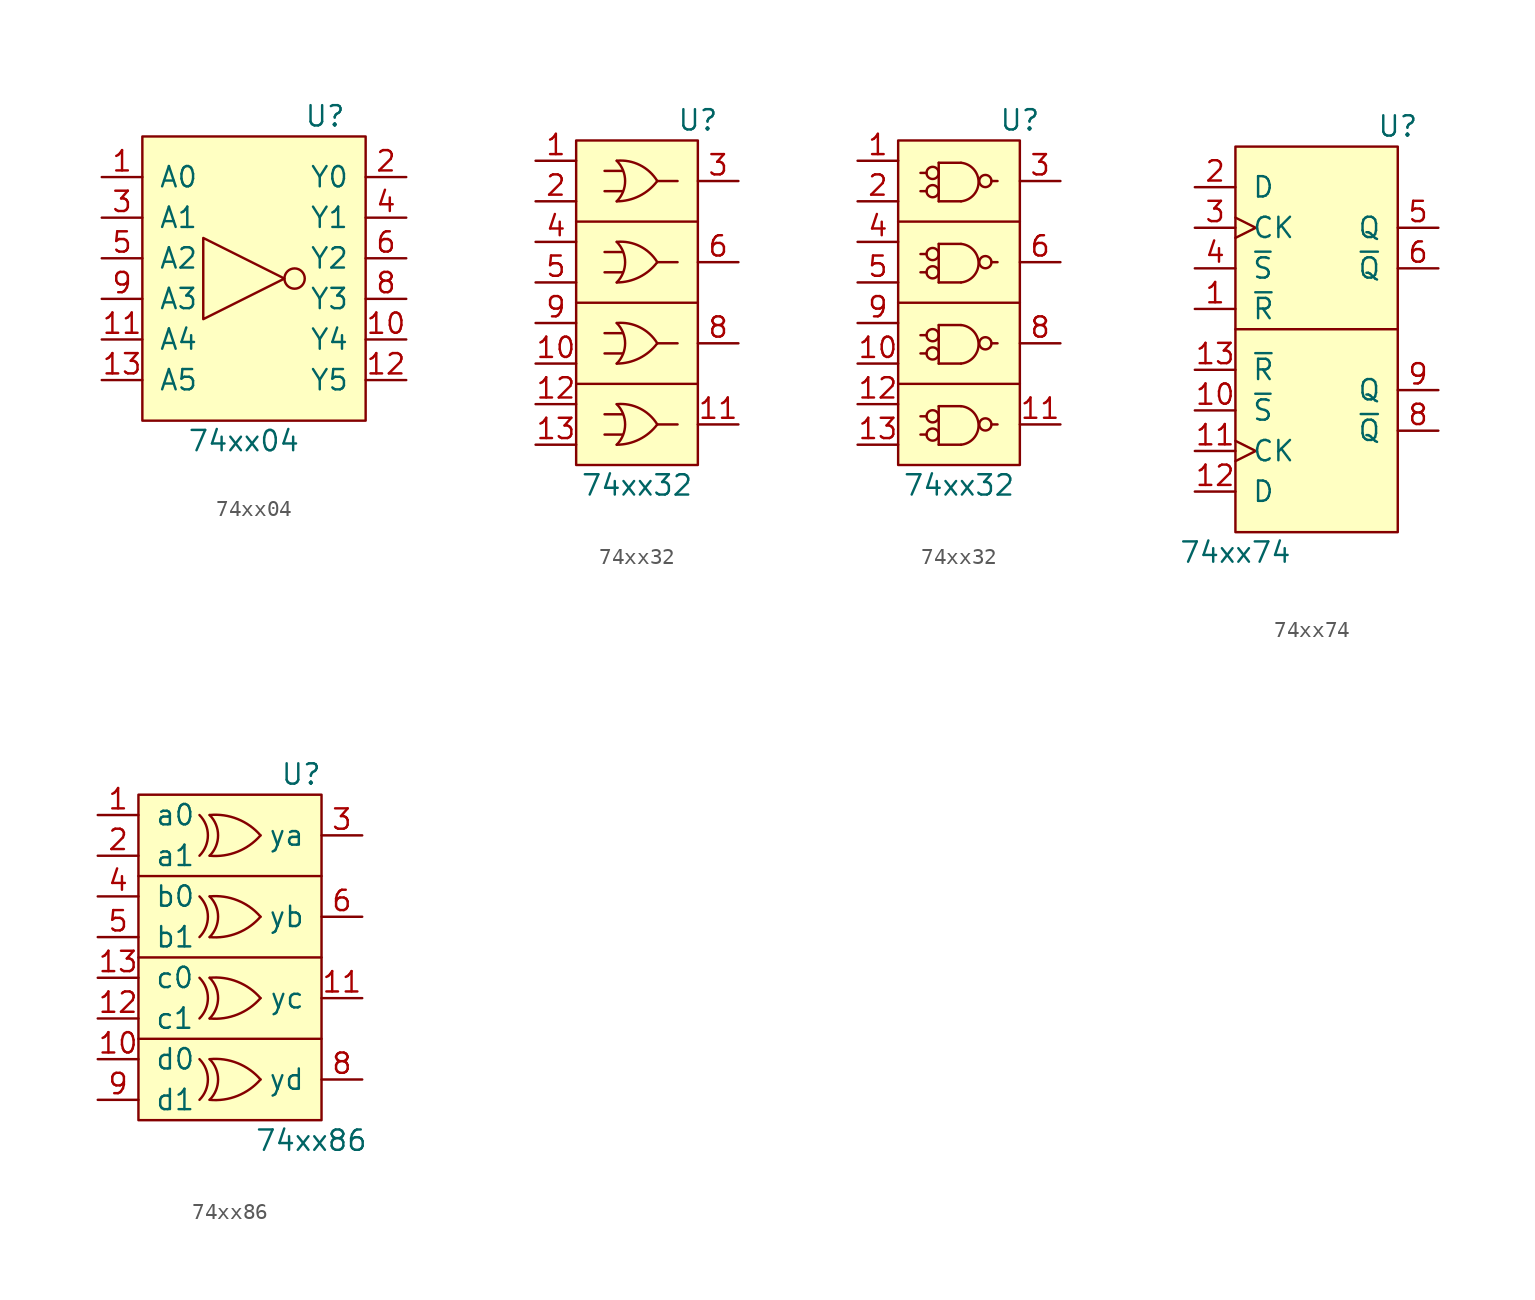
<source format=kicad_sym>
(kicad_symbol_lib
  (version 20211014)
  (generator kicad_symbol_editor)
  (symbol "74xx04"
    (pin_names
      (offset 1.016))
    (property "Reference" "U"
      (at 5.08 11.43 0)
      (effects (font (size 1.27 1.27))))
    (property "Value" "74xx04"
      (at 0 -8.89 0)
      (effects (font (size 1.27 1.27))))
    (symbol "74xx04_0_1"
      (rectangle (start -6.35 10.16) (end 7.62 -7.62) (stroke (width 0) (type default) (color 0 0 0 0)) (fill (type background)))
      (polyline (pts (xy -2.54 3.81) (xy -2.54 -1.27) (xy 2.54 1.27) (xy -2.54 3.81)) (stroke (width 0) (type default) (color 0 0 0 0)) (fill (type none)))
      (circle (center 3.175 1.27) (radius 0.635) (stroke (width 0) (type default) (color 0 0 0 0)) (fill (type none))))
    (symbol "74xx04_1_1"
      (pin input line (at -8.89 7.62 0) (length 2.54) (name "A0" (effects (font (size 1.27 1.27)))) (number "1" (effects (font (size 1.27 1.27)))))
      (pin output line (at 10.16 -2.54 180) (length 2.54) (name "Y4" (effects (font (size 1.27 1.27)))) (number "10" (effects (font (size 1.27 1.27)))))
      (pin input line (at -8.89 -2.54 0) (length 2.54) (name "A4" (effects (font (size 1.27 1.27)))) (number "11" (effects (font (size 1.27 1.27)))))
      (pin output line (at 10.16 -5.08 180) (length 2.54) (name "Y5" (effects (font (size 1.27 1.27)))) (number "12" (effects (font (size 1.27 1.27)))))
      (pin input line (at -8.89 -5.08 0) (length 2.54) (name "A5" (effects (font (size 1.27 1.27)))) (number "13" (effects (font (size 1.27 1.27)))))
      (pin power_in line (at 0 10.16 270) (length 2.54) hide (name "VCC" (effects (font (size 1.27 1.27)))) (number "14" (effects (font (size 1.27 1.27)))))
      (pin output line (at 10.16 7.62 180) (length 2.54) (name "Y0" (effects (font (size 1.27 1.27)))) (number "2" (effects (font (size 1.27 1.27)))))
      (pin input line (at -8.89 5.08 0) (length 2.54) (name "A1" (effects (font (size 1.27 1.27)))) (number "3" (effects (font (size 1.27 1.27)))))
      (pin output line (at 10.16 5.08 180) (length 2.54) (name "Y1" (effects (font (size 1.27 1.27)))) (number "4" (effects (font (size 1.27 1.27)))))
      (pin input line (at -8.89 2.54 0) (length 2.54) (name "A2" (effects (font (size 1.27 1.27)))) (number "5" (effects (font (size 1.27 1.27)))))
      (pin output line (at 10.16 2.54 180) (length 2.54) (name "Y2" (effects (font (size 1.27 1.27)))) (number "6" (effects (font (size 1.27 1.27)))))
      (pin power_in line (at 0 -7.62 90) (length 2.54) hide (name "GND" (effects (font (size 1.27 1.27)))) (number "7" (effects (font (size 1.27 1.27)))))
      (pin output line (at 10.16 0 180) (length 2.54) (name "Y3" (effects (font (size 1.27 1.27)))) (number "8" (effects (font (size 1.27 1.27)))))
      (pin input line (at -8.89 0 0) (length 2.54) (name "A3" (effects (font (size 1.27 1.27)))) (number "9" (effects (font (size 1.27 1.27)))))))
  (symbol "74xx32"
    (pin_names
      (offset 1.016))
    (property "Reference" "U"
      (at 3.81 11.43 0)
      (effects (font (size 1.27 1.27))))
    (property "Value" "74xx32"
      (at 0 -11.43 0)
      (effects (font (size 1.27 1.27))))
    (symbol "74xx32_0_1"
      (rectangle (start -3.81 10.16) (end 3.81 -10.16) (stroke (width 0) (type default) (color 0 0 0 0)) (fill (type background)))
      (arc (start -1.27 6.35) (mid -0.7439 7.62) (end -1.27 8.89) (stroke (width 0) (type default) (color 0 0 0 0)) (fill (type none)))
      (arc (start -1.27 6.35) (mid 0.1499 6.6852) (end 1.27 7.62) (stroke (width 0) (type default) (color 0 0 0 0)) (fill (type none)))
      (polyline (pts (xy -3.81 -5.08) (xy 3.81 -5.08)) (stroke (width 0) (type default) (color 0 0 0 0)) (fill (type none)))
      (polyline (pts (xy -3.81 0) (xy 3.81 0)) (stroke (width 0) (type default) (color 0 0 0 0)) (fill (type none)))
      (polyline (pts (xy -3.81 5.08) (xy 3.81 5.08)) (stroke (width 0) (type default) (color 0 0 0 0)) (fill (type none)))
      (polyline (pts (xy -0.889 6.985) (xy -2.032 6.985)) (stroke (width 0) (type default) (color 0 0 0 0)) (fill (type none)))
      (polyline (pts (xy -0.889 8.255) (xy -2.032 8.255)) (stroke (width 0) (type default) (color 0 0 0 0)) (fill (type none)))
      (polyline (pts (xy 1.27 7.62) (xy 2.54 7.62)) (stroke (width 0) (type default) (color 0 0 0 0)) (fill (type none)))
      (arc (start 1.27 7.62) (mid 0.1821 8.6192) (end -1.27 8.89) (stroke (width 0) (type default) (color 0 0 0 0)) (fill (type none))))
    (symbol "74xx32_0_2"
      (rectangle (start -3.81 10.16) (end 3.81 -10.16) (stroke (width 0) (type default) (color 0 0 0 0)) (fill (type background)))
      (circle (center -1.651 6.985) (radius 0.381) (stroke (width 0) (type default) (color 0 0 0 0)) (fill (type none)))
      (circle (center -1.651 8.128) (radius 0.381) (stroke (width 0) (type default) (color 0 0 0 0)) (fill (type none)))
      (polyline (pts (xy -3.81 -5.08) (xy 3.81 -5.08)) (stroke (width 0) (type default) (color 0 0 0 0)) (fill (type none)))
      (polyline (pts (xy -3.81 0) (xy 3.81 0)) (stroke (width 0) (type default) (color 0 0 0 0)) (fill (type none)))
      (polyline (pts (xy -3.81 5.08) (xy 3.81 5.08)) (stroke (width 0) (type default) (color 0 0 0 0)) (fill (type none)))
      (polyline (pts (xy -2.032 6.985) (xy -2.413 6.985)) (stroke (width 0) (type default) (color 0 0 0 0)) (fill (type none)))
      (polyline (pts (xy -2.032 8.128) (xy -2.413 8.128)) (stroke (width 0) (type default) (color 0 0 0 0)) (fill (type none)))
      (polyline (pts (xy -1.27 6.35) (xy 0.127 6.35)) (stroke (width 0) (type default) (color 0 0 0 0)) (fill (type none)))
      (polyline (pts (xy -1.27 8.763) (xy -1.27 6.35)) (stroke (width 0) (type default) (color 0 0 0 0)) (fill (type none)))
      (polyline (pts (xy -1.27 8.763) (xy 0.127 8.763)) (stroke (width 0) (type default) (color 0 0 0 0)) (fill (type none)))
      (polyline (pts (xy 2.032 7.62) (xy 2.413 7.62)) (stroke (width 0) (type default) (color 0 0 0 0)) (fill (type none)))
      (arc (start 0.127 6.35) (mid 1.2258 7.5679) (end 0.127 8.763) (stroke (width 0) (type default) (color 0 0 0 0)) (fill (type none)))
      (circle (center 1.651 7.62) (radius 0.381) (stroke (width 0) (type default) (color 0 0 0 0)) (fill (type none))))
    (symbol "74xx32_1_1"
      (arc (start -1.27 -8.89) (mid -0.7439 -7.62) (end -1.27 -6.35) (stroke (width 0) (type default) (color 0 0 0 0)) (fill (type none)))
      (arc (start -1.27 -8.89) (mid 0.1499 -8.5548) (end 1.27 -7.62) (stroke (width 0) (type default) (color 0 0 0 0)) (fill (type none)))
      (arc (start -1.27 -3.81) (mid -0.7439 -2.54) (end -1.27 -1.27) (stroke (width 0) (type default) (color 0 0 0 0)) (fill (type none)))
      (arc (start -1.27 -3.81) (mid 0.1499 -3.4748) (end 1.27 -2.54) (stroke (width 0) (type default) (color 0 0 0 0)) (fill (type none)))
      (arc (start -1.27 1.27) (mid -0.7439 2.54) (end -1.27 3.81) (stroke (width 0) (type default) (color 0 0 0 0)) (fill (type none)))
      (arc (start -1.27 1.27) (mid 0.1499 1.6052) (end 1.27 2.54) (stroke (width 0) (type default) (color 0 0 0 0)) (fill (type none)))
      (polyline (pts (xy -0.889 -8.255) (xy -2.032 -8.255)) (stroke (width 0) (type default) (color 0 0 0 0)) (fill (type none)))
      (polyline (pts (xy -0.889 -6.985) (xy -2.032 -6.985)) (stroke (width 0) (type default) (color 0 0 0 0)) (fill (type none)))
      (polyline (pts (xy -0.889 -3.175) (xy -2.032 -3.175)) (stroke (width 0) (type default) (color 0 0 0 0)) (fill (type none)))
      (polyline (pts (xy -0.889 -1.905) (xy -2.032 -1.905)) (stroke (width 0) (type default) (color 0 0 0 0)) (fill (type none)))
      (polyline (pts (xy -0.889 1.905) (xy -2.032 1.905)) (stroke (width 0) (type default) (color 0 0 0 0)) (fill (type none)))
      (polyline (pts (xy -0.889 3.175) (xy -2.032 3.175)) (stroke (width 0) (type default) (color 0 0 0 0)) (fill (type none)))
      (polyline (pts (xy 1.27 -7.62) (xy 2.54 -7.62)) (stroke (width 0) (type default) (color 0 0 0 0)) (fill (type none)))
      (polyline (pts (xy 1.27 -2.54) (xy 2.54 -2.54)) (stroke (width 0) (type default) (color 0 0 0 0)) (fill (type none)))
      (polyline (pts (xy 1.27 2.54) (xy 2.54 2.54)) (stroke (width 0) (type default) (color 0 0 0 0)) (fill (type none)))
      (arc (start 1.27 -7.62) (mid 0.1821 -6.6208) (end -1.27 -6.35) (stroke (width 0) (type default) (color 0 0 0 0)) (fill (type none)))
      (arc (start 1.27 -2.54) (mid 0.1821 -1.5408) (end -1.27 -1.27) (stroke (width 0) (type default) (color 0 0 0 0)) (fill (type none)))
      (arc (start 1.27 2.54) (mid 0.1821 3.5392) (end -1.27 3.81) (stroke (width 0) (type default) (color 0 0 0 0)) (fill (type none)))
      (pin input line (at -6.35 8.89 0) (length 2.54) (name "A0" (effects (font (size 0 0)))) (number "1" (effects (font (size 1.27 1.27)))))
      (pin input line (at -6.35 -3.81 0) (length 2.54) (name "C1" (effects (font (size 0 0)))) (number "10" (effects (font (size 1.27 1.27)))))
      (pin output line (at 6.35 -7.62 180) (length 2.54) (name "YD" (effects (font (size 0 0)))) (number "11" (effects (font (size 1.27 1.27)))))
      (pin input line (at -6.35 -6.35 0) (length 2.54) (name "D0" (effects (font (size 0 0)))) (number "12" (effects (font (size 1.27 1.27)))))
      (pin input line (at -6.35 -8.89 0) (length 2.54) (name "D1" (effects (font (size 0 0)))) (number "13" (effects (font (size 1.27 1.27)))))
      (pin power_in line (at 0 10.16 270) (length 2.54) hide (name "VDD" (effects (font (size 0 0)))) (number "14" (effects (font (size 1.27 1.27)))))
      (pin input line (at -6.35 6.35 0) (length 2.54) (name "A1" (effects (font (size 0 0)))) (number "2" (effects (font (size 1.27 1.27)))))
      (pin output line (at 6.35 7.62 180) (length 2.54) (name "YA" (effects (font (size 0 0)))) (number "3" (effects (font (size 1.27 1.27)))))
      (pin input line (at -6.35 3.81 0) (length 2.54) (name "B0" (effects (font (size 0 0)))) (number "4" (effects (font (size 1.27 1.27)))))
      (pin input line (at -6.35 1.27 0) (length 2.54) (name "B1" (effects (font (size 0 0)))) (number "5" (effects (font (size 1.27 1.27)))))
      (pin output line (at 6.35 2.54 180) (length 2.54) (name "YB" (effects (font (size 0 0)))) (number "6" (effects (font (size 1.27 1.27)))))
      (pin power_in line (at 0 -10.16 90) (length 2.54) hide (name "VSS" (effects (font (size 0 0)))) (number "7" (effects (font (size 1.27 1.27)))))
      (pin output line (at 6.35 -2.54 180) (length 2.54) (name "YC" (effects (font (size 0 0)))) (number "8" (effects (font (size 1.27 1.27)))))
      (pin input line (at -6.35 -1.27 0) (length 2.54) (name "C0" (effects (font (size 0 0)))) (number "9" (effects (font (size 1.27 1.27))))))
    (symbol "74xx32_1_2"
      (circle (center -1.651 -8.255) (radius 0.381) (stroke (width 0) (type default) (color 0 0 0 0)) (fill (type none)))
      (circle (center -1.651 -7.112) (radius 0.381) (stroke (width 0) (type default) (color 0 0 0 0)) (fill (type none)))
      (circle (center -1.651 -3.175) (radius 0.381) (stroke (width 0) (type default) (color 0 0 0 0)) (fill (type none)))
      (circle (center -1.651 -2.032) (radius 0.381) (stroke (width 0) (type default) (color 0 0 0 0)) (fill (type none)))
      (circle (center -1.651 1.905) (radius 0.381) (stroke (width 0) (type default) (color 0 0 0 0)) (fill (type none)))
      (circle (center -1.651 3.048) (radius 0.381) (stroke (width 0) (type default) (color 0 0 0 0)) (fill (type none)))
      (polyline (pts (xy -2.032 -8.255) (xy -2.413 -8.255)) (stroke (width 0) (type default) (color 0 0 0 0)) (fill (type none)))
      (polyline (pts (xy -2.032 -7.112) (xy -2.413 -7.112)) (stroke (width 0) (type default) (color 0 0 0 0)) (fill (type none)))
      (polyline (pts (xy -2.032 -3.175) (xy -2.413 -3.175)) (stroke (width 0) (type default) (color 0 0 0 0)) (fill (type none)))
      (polyline (pts (xy -2.032 -2.032) (xy -2.413 -2.032)) (stroke (width 0) (type default) (color 0 0 0 0)) (fill (type none)))
      (polyline (pts (xy -2.032 1.905) (xy -2.413 1.905)) (stroke (width 0) (type default) (color 0 0 0 0)) (fill (type none)))
      (polyline (pts (xy -2.032 3.048) (xy -2.413 3.048)) (stroke (width 0) (type default) (color 0 0 0 0)) (fill (type none)))
      (polyline (pts (xy -1.27 -8.89) (xy 0.127 -8.89)) (stroke (width 0) (type default) (color 0 0 0 0)) (fill (type none)))
      (polyline (pts (xy -1.27 -6.477) (xy -1.27 -8.89)) (stroke (width 0) (type default) (color 0 0 0 0)) (fill (type none)))
      (polyline (pts (xy -1.27 -6.477) (xy 0.127 -6.477)) (stroke (width 0) (type default) (color 0 0 0 0)) (fill (type none)))
      (polyline (pts (xy -1.27 -3.81) (xy 0.127 -3.81)) (stroke (width 0) (type default) (color 0 0 0 0)) (fill (type none)))
      (polyline (pts (xy -1.27 -1.397) (xy -1.27 -3.81)) (stroke (width 0) (type default) (color 0 0 0 0)) (fill (type none)))
      (polyline (pts (xy -1.27 -1.397) (xy 0.127 -1.397)) (stroke (width 0) (type default) (color 0 0 0 0)) (fill (type none)))
      (polyline (pts (xy -1.27 1.27) (xy 0.127 1.27)) (stroke (width 0) (type default) (color 0 0 0 0)) (fill (type none)))
      (polyline (pts (xy -1.27 3.683) (xy -1.27 1.27)) (stroke (width 0) (type default) (color 0 0 0 0)) (fill (type none)))
      (polyline (pts (xy -1.27 3.683) (xy 0.127 3.683)) (stroke (width 0) (type default) (color 0 0 0 0)) (fill (type none)))
      (polyline (pts (xy 2.032 -7.62) (xy 2.413 -7.62)) (stroke (width 0) (type default) (color 0 0 0 0)) (fill (type none)))
      (polyline (pts (xy 2.032 -2.54) (xy 2.413 -2.54)) (stroke (width 0) (type default) (color 0 0 0 0)) (fill (type none)))
      (polyline (pts (xy 2.032 2.54) (xy 2.413 2.54)) (stroke (width 0) (type default) (color 0 0 0 0)) (fill (type none)))
      (arc (start 0.127 -8.89) (mid 1.2258 -7.6721) (end 0.127 -6.477) (stroke (width 0) (type default) (color 0 0 0 0)) (fill (type none)))
      (arc (start 0.127 -3.81) (mid 1.2258 -2.5921) (end 0.127 -1.397) (stroke (width 0) (type default) (color 0 0 0 0)) (fill (type none)))
      (arc (start 0.127 1.27) (mid 1.2258 2.4879) (end 0.127 3.683) (stroke (width 0) (type default) (color 0 0 0 0)) (fill (type none)))
      (circle (center 1.651 -7.62) (radius 0.381) (stroke (width 0) (type default) (color 0 0 0 0)) (fill (type none)))
      (circle (center 1.651 -2.54) (radius 0.381) (stroke (width 0) (type default) (color 0 0 0 0)) (fill (type none)))
      (circle (center 1.651 2.54) (radius 0.381) (stroke (width 0) (type default) (color 0 0 0 0)) (fill (type none)))
      (pin input line (at -6.35 8.89 0) (length 2.54) (name "A0" (effects (font (size 0 0)))) (number "1" (effects (font (size 1.27 1.27)))))
      (pin input line (at -6.35 -3.81 0) (length 2.54) (name "C1" (effects (font (size 0 0)))) (number "10" (effects (font (size 1.27 1.27)))))
      (pin output line (at 6.35 -7.62 180) (length 2.54) (name "YD" (effects (font (size 0 0)))) (number "11" (effects (font (size 1.27 1.27)))))
      (pin input line (at -6.35 -6.35 0) (length 2.54) (name "D0" (effects (font (size 0 0)))) (number "12" (effects (font (size 1.27 1.27)))))
      (pin input line (at -6.35 -8.89 0) (length 2.54) (name "D1" (effects (font (size 0 0)))) (number "13" (effects (font (size 1.27 1.27)))))
      (pin power_in line (at 0 10.16 270) (length 2.54) hide (name "VDD" (effects (font (size 0 0)))) (number "14" (effects (font (size 1.27 1.27)))))
      (pin input line (at -6.35 6.35 0) (length 2.54) (name "A1" (effects (font (size 0 0)))) (number "2" (effects (font (size 1.27 1.27)))))
      (pin output line (at 6.35 7.62 180) (length 2.54) (name "YA" (effects (font (size 0 0)))) (number "3" (effects (font (size 1.27 1.27)))))
      (pin input line (at -6.35 3.81 0) (length 2.54) (name "B0" (effects (font (size 0 0)))) (number "4" (effects (font (size 1.27 1.27)))))
      (pin input line (at -6.35 1.27 0) (length 2.54) (name "B1" (effects (font (size 0 0)))) (number "5" (effects (font (size 1.27 1.27)))))
      (pin output line (at 6.35 2.54 180) (length 2.54) (name "YB" (effects (font (size 0 0)))) (number "6" (effects (font (size 1.27 1.27)))))
      (pin power_in line (at 0 -10.16 90) (length 2.54) hide (name "VSS" (effects (font (size 0 0)))) (number "7" (effects (font (size 1.27 1.27)))))
      (pin output line (at 6.35 -2.54 180) (length 2.54) (name "YC" (effects (font (size 0 0)))) (number "8" (effects (font (size 1.27 1.27)))))
      (pin input line (at -6.35 -1.27 0) (length 2.54) (name "C0" (effects (font (size 0 0)))) (number "9" (effects (font (size 1.27 1.27)))))))
  (symbol "74xx74"
    (pin_names
      (offset 1.016))
    (property "Reference" "U"
      (at 5.08 13.97 0)
      (effects (font (size 1.27 1.27))))
    (property "Value" "74xx74"
      (at -5.08 -12.7 0)
      (effects (font (size 1.27 1.27))))
    (symbol "74xx74_0_1"
      (rectangle (start -5.08 12.7) (end 5.08 -11.43) (stroke (width 0) (type default) (color 0 0 0 0)) (fill (type background)))
      (polyline (pts (xy -5.08 1.27) (xy 5.08 1.27)) (stroke (width 0) (type default) (color 0 0 0 0)) (fill (type none))))
    (symbol "74xx74_1_1"
      (pin input line (at -7.62 2.54 0) (length 2.54) (name "~{R}" (effects (font (size 1.27 1.27)))) (number "1" (effects (font (size 1.27 1.27)))))
      (pin input line (at -7.62 -3.81 0) (length 2.54) (name "~{S}" (effects (font (size 1.27 1.27)))) (number "10" (effects (font (size 1.27 1.27)))))
      (pin input clock (at -7.62 -6.35 0) (length 2.54) (name "CK" (effects (font (size 1.27 1.27)))) (number "11" (effects (font (size 1.27 1.27)))))
      (pin input line (at -7.62 -8.89 0) (length 2.54) (name "D" (effects (font (size 1.27 1.27)))) (number "12" (effects (font (size 1.27 1.27)))))
      (pin input line (at -7.62 -1.27 0) (length 2.54) (name "~{R}" (effects (font (size 1.27 1.27)))) (number "13" (effects (font (size 1.27 1.27)))))
      (pin power_in line (at 0 12.7 270) (length 2.54) hide (name "VCC" (effects (font (size 1.27 1.27)))) (number "14" (effects (font (size 1.27 1.27)))))
      (pin input line (at -7.62 10.16 0) (length 2.54) (name "D" (effects (font (size 1.27 1.27)))) (number "2" (effects (font (size 1.27 1.27)))))
      (pin input clock (at -7.62 7.62 0) (length 2.54) (name "CK" (effects (font (size 1.27 1.27)))) (number "3" (effects (font (size 1.27 1.27)))))
      (pin input line (at -7.62 5.08 0) (length 2.54) (name "~{S}" (effects (font (size 1.27 1.27)))) (number "4" (effects (font (size 1.27 1.27)))))
      (pin output line (at 7.62 7.62 180) (length 2.54) (name "Q" (effects (font (size 1.27 1.27)))) (number "5" (effects (font (size 1.27 1.27)))))
      (pin output line (at 7.62 5.08 180) (length 2.54) (name "~{Q}" (effects (font (size 1.27 1.27)))) (number "6" (effects (font (size 1.27 1.27)))))
      (pin power_in line (at 0 -11.43 90) (length 2.54) hide (name "GND" (effects (font (size 1.27 1.27)))) (number "7" (effects (font (size 1.27 1.27)))))
      (pin output line (at 7.62 -5.08 180) (length 2.54) (name "~{Q}" (effects (font (size 1.27 1.27)))) (number "8" (effects (font (size 1.27 1.27)))))
      (pin output line (at 7.62 -2.54 180) (length 2.54) (name "Q" (effects (font (size 1.27 1.27)))) (number "9" (effects (font (size 1.27 1.27)))))))
  (symbol "74xx86"
    (pin_names
      (offset 1.016))
    (property "Reference" "U"
      (at 3.81 8.89 0)
      (effects (font (size 1.27 1.27))))
    (property "Value" "74xx86"
      (at 4.445 -13.97 0)
      (effects (font (size 1.27 1.27))))
    (symbol "74xx86_0_1"
      (rectangle (start -6.35 7.62) (end 5.08 -12.7) (stroke (width 0) (type default) (color 0 0 0 0)) (fill (type background)))
      (arc (start -2.54 3.81) (mid -2.0139 5.08) (end -2.54 6.35) (stroke (width 0) (type default) (color 0 0 0 0)) (fill (type none)))
      (polyline (pts (xy -6.35 -7.62) (xy 5.08 -7.62)) (stroke (width 0) (type default) (color 0 0 0 0)) (fill (type none)))
      (polyline (pts (xy -6.35 2.54) (xy 5.08 2.54)) (stroke (width 0) (type default) (color 0 0 0 0)) (fill (type none)))
      (polyline (pts (xy 5.08 -2.54) (xy -6.35 -2.54)) (stroke (width 0) (type default) (color 0 0 0 0)) (fill (type none)))
      (arc (start 1.27 5.08) (mid -0.1631 6.1018) (end -1.905 6.35) (stroke (width 0) (type default) (color 0 0 0 0)) (fill (type none))))
    (symbol "74xx86_1_1"
      (arc (start -2.54 -11.43) (mid -2.0139 -10.16) (end -2.54 -8.89) (stroke (width 0) (type default) (color 0 0 0 0)) (fill (type none)))
      (arc (start -2.54 -6.35) (mid -2.0139 -5.08) (end -2.54 -3.81) (stroke (width 0) (type default) (color 0 0 0 0)) (fill (type none)))
      (arc (start -2.54 -1.27) (mid -2.0139 0) (end -2.54 1.27) (stroke (width 0) (type default) (color 0 0 0 0)) (fill (type none)))
      (arc (start -1.905 -11.43) (mid -1.3789 -10.16) (end -1.905 -8.89) (stroke (width 0) (type default) (color 0 0 0 0)) (fill (type none)))
      (arc (start -1.905 -11.43) (mid -0.1639 -11.1798) (end 1.27 -10.16) (stroke (width 0) (type default) (color 0 0 0 0)) (fill (type none)))
      (arc (start -1.905 -6.35) (mid -1.3789 -5.08) (end -1.905 -3.81) (stroke (width 0) (type default) (color 0 0 0 0)) (fill (type none)))
      (arc (start -1.905 -6.35) (mid -0.1639 -6.0998) (end 1.27 -5.08) (stroke (width 0) (type default) (color 0 0 0 0)) (fill (type none)))
      (arc (start -1.905 -1.27) (mid -1.3789 0) (end -1.905 1.27) (stroke (width 0) (type default) (color 0 0 0 0)) (fill (type none)))
      (arc (start -1.905 -1.27) (mid -0.1639 -1.0198) (end 1.27 0) (stroke (width 0) (type default) (color 0 0 0 0)) (fill (type none)))
      (arc (start -1.905 3.81) (mid -1.3789 5.08) (end -1.905 6.35) (stroke (width 0) (type default) (color 0 0 0 0)) (fill (type none)))
      (arc (start -1.905 3.81) (mid -0.1639 4.0602) (end 1.27 5.08) (stroke (width 0) (type default) (color 0 0 0 0)) (fill (type none)))
      (arc (start 1.27 -10.16) (mid -0.1631 -9.1382) (end -1.905 -8.89) (stroke (width 0) (type default) (color 0 0 0 0)) (fill (type none)))
      (arc (start 1.27 -5.08) (mid -0.1631 -4.0582) (end -1.905 -3.81) (stroke (width 0) (type default) (color 0 0 0 0)) (fill (type none)))
      (arc (start 1.27 0) (mid -0.1631 1.0218) (end -1.905 1.27) (stroke (width 0) (type default) (color 0 0 0 0)) (fill (type none)))
      (pin input line (at -8.89 6.35 0) (length 2.54) (name "a0" (effects (font (size 1.27 1.27)))) (number "1" (effects (font (size 1.27 1.27)))))
      (pin input line (at -8.89 -8.89 0) (length 2.54) (name "d0" (effects (font (size 1.27 1.27)))) (number "10" (effects (font (size 1.27 1.27)))))
      (pin output line (at 7.62 -5.08 180) (length 2.54) (name "yc" (effects (font (size 1.27 1.27)))) (number "11" (effects (font (size 1.27 1.27)))))
      (pin input line (at -8.89 -6.35 0) (length 2.54) (name "c1" (effects (font (size 1.27 1.27)))) (number "12" (effects (font (size 1.27 1.27)))))
      (pin input line (at -8.89 -3.81 0) (length 2.54) (name "c0" (effects (font (size 1.27 1.27)))) (number "13" (effects (font (size 1.27 1.27)))))
      (pin power_in line (at 0 7.62 270) (length 2.54) hide (name "VCC" (effects (font (size 1.27 1.27)))) (number "14" (effects (font (size 1.27 1.27)))))
      (pin input line (at -8.89 3.81 0) (length 2.54) (name "a1" (effects (font (size 1.27 1.27)))) (number "2" (effects (font (size 1.27 1.27)))))
      (pin output line (at 7.62 5.08 180) (length 2.54) (name "ya" (effects (font (size 1.27 1.27)))) (number "3" (effects (font (size 1.27 1.27)))))
      (pin input line (at -8.89 1.27 0) (length 2.54) (name "b0" (effects (font (size 1.27 1.27)))) (number "4" (effects (font (size 1.27 1.27)))))
      (pin input line (at -8.89 -1.27 0) (length 2.54) (name "b1" (effects (font (size 1.27 1.27)))) (number "5" (effects (font (size 1.27 1.27)))))
      (pin output line (at 7.62 0 180) (length 2.54) (name "yb" (effects (font (size 1.27 1.27)))) (number "6" (effects (font (size 1.27 1.27)))))
      (pin power_in line (at 0 -12.7 90) (length 2.54) hide (name "GND" (effects (font (size 1.27 1.27)))) (number "7" (effects (font (size 1.27 1.27)))))
      (pin output line (at 7.62 -10.16 180) (length 2.54) (name "yd" (effects (font (size 1.27 1.27)))) (number "8" (effects (font (size 1.27 1.27)))))
      (pin input line (at -8.89 -11.43 0) (length 2.54) (name "d1" (effects (font (size 1.27 1.27)))) (number "9" (effects (font (size 1.27 1.27))))))))
</source>
